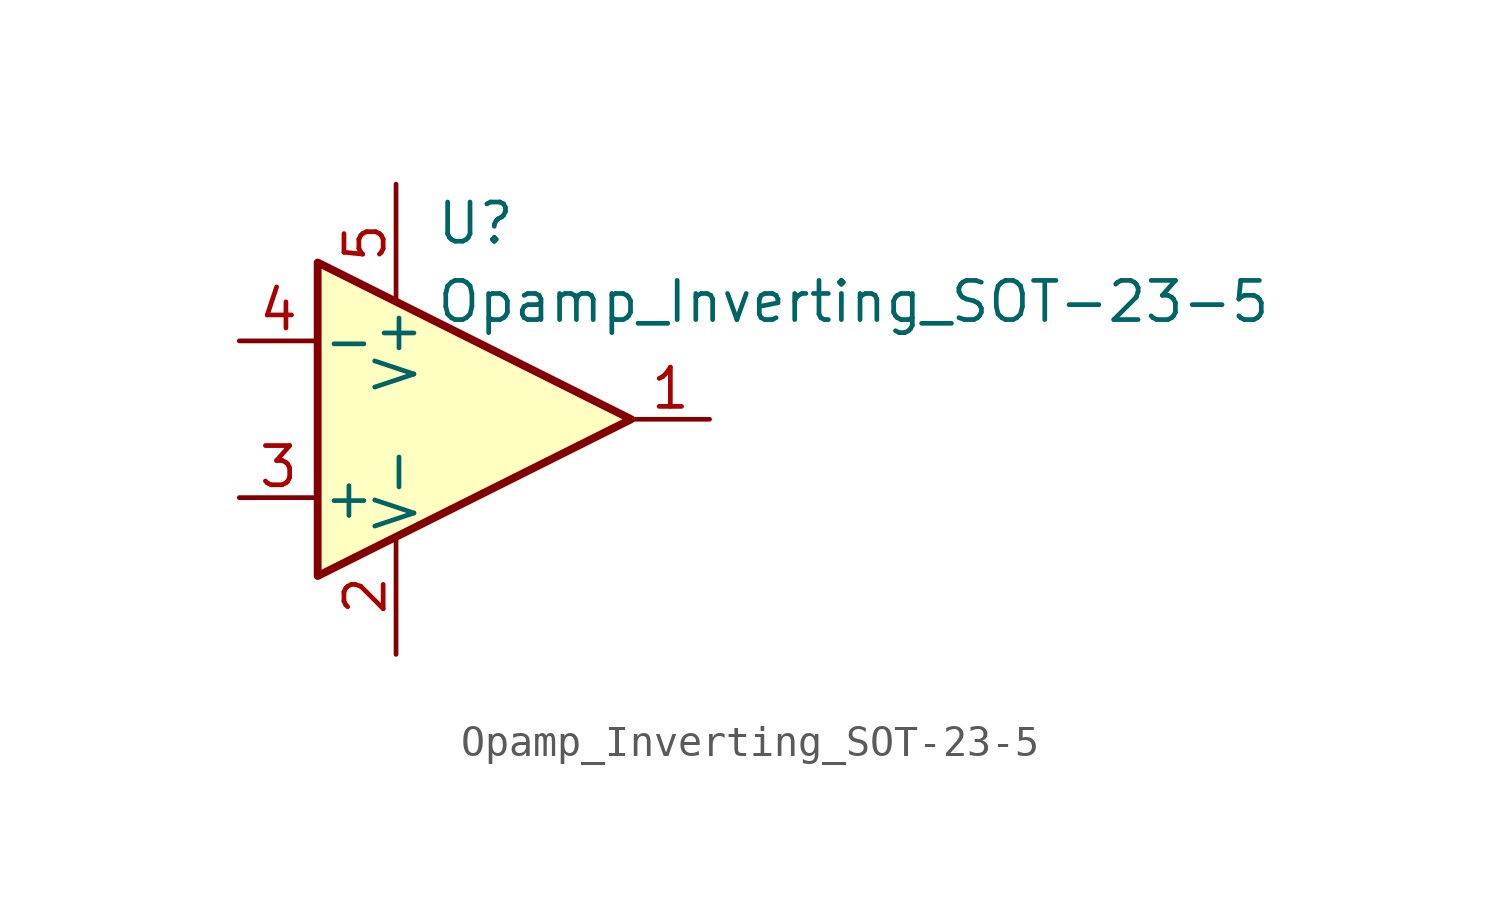
<source format=kicad_sym>
(kicad_symbol_lib
  (version 20211014)
  (generator kicad_symbol_editor)
  (symbol "Opamp_Inverting_SOT-23-5"
    (pin_names
      (offset 0.127))
    (property "Reference" "U"
      (at -1.27 6.35 0)
      (effects (font (size 1.27 1.27)) (justify left)))
    (property "Value" "Opamp_Inverting_SOT-23-5"
      (at -1.27 3.81 0)
      (effects (font (size 1.27 1.27)) (justify left)))
    (symbol "Opamp_Inverting_SOT-23-5_0_1"
      (polyline (pts (xy -5.08 5.08) (xy 5.08 0) (xy -5.08 -5.08) (xy -5.08 5.08)) (stroke (width 0.254) (type default) (color 0 0 0 0)) (fill (type background)))
      (pin power_in line (at -2.54 -7.62 90) (length 3.81) (name "V-" (effects (font (size 1.27 1.27)))) (number "2" (effects (font (size 1.27 1.27)))))
      (pin power_in line (at -2.54 7.62 270) (length 3.81) (name "V+" (effects (font (size 1.27 1.27)))) (number "5" (effects (font (size 1.27 1.27))))))
    (symbol "Opamp_Inverting_SOT-23-5_1_1"
      (pin output line (at 7.62 0 180) (length 2.54) (name "~" (effects (font (size 1.27 1.27)))) (number "1" (effects (font (size 1.27 1.27)))))
      (pin input line (at -7.62 -2.54 0) (length 2.54) (name "+" (effects (font (size 1.27 1.27)))) (number "3" (effects (font (size 1.27 1.27)))))
      (pin input line (at -7.62 2.54 0) (length 2.54) (name "-" (effects (font (size 1.27 1.27)))) (number "4" (effects (font (size 1.27 1.27))))))))
</source>
